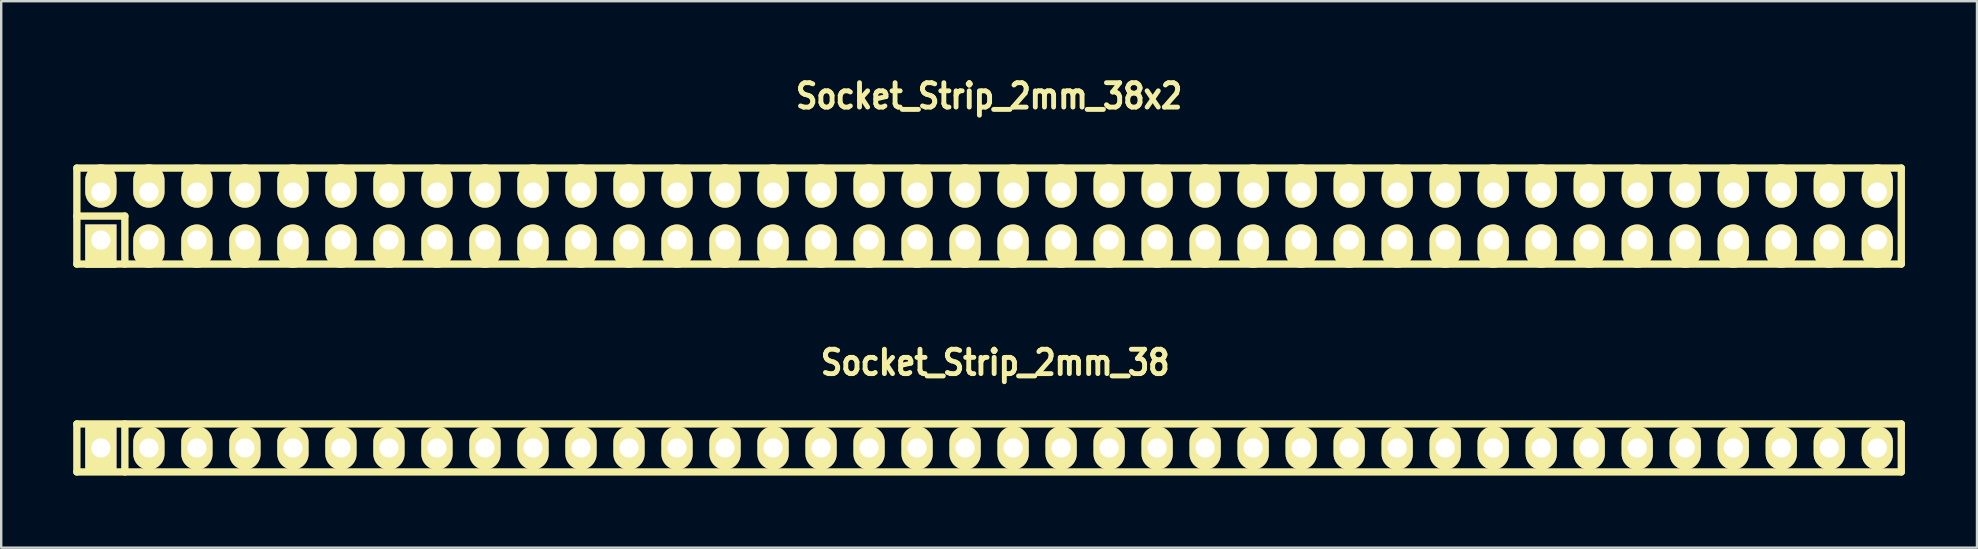
<source format=kicad_pcb>
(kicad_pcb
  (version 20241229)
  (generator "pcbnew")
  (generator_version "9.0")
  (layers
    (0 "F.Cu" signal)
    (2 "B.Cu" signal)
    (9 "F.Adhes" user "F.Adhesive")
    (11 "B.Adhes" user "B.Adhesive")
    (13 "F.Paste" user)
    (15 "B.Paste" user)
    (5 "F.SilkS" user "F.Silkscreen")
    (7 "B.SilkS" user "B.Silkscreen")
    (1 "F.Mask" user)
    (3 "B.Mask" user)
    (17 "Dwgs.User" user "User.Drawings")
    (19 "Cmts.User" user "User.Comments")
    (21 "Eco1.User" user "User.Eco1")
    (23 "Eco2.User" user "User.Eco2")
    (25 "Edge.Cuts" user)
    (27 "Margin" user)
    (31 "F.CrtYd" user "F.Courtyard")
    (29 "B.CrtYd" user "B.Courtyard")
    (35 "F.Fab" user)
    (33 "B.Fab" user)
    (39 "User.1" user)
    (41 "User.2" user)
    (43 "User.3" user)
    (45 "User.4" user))
  (footprint "Socket_Strip_2mm_38x2"
    (layer "F.Cu")
    (at 38.152 5.951)
    (property "Reference" "Socket_Strip_2mm_38x2" (at 0 -5 0) (layer "F.SilkS") (effects (font (size 1.016 0.889) (thickness 0.203))))
    (attr through_hole)
    (fp_line (start -38 -2) (end 38 -2) (stroke (width 0.305) (type solid)) (layer "F.SilkS"))
    (fp_line (start -38 0) (end -36 0) (stroke (width 0.305) (type solid)) (layer "F.SilkS"))
    (fp_line (start -38 2) (end -38 -2) (stroke (width 0.305) (type solid)) (layer "F.SilkS"))
    (fp_line (start -36 0) (end -36 2) (stroke (width 0.305) (type solid)) (layer "F.SilkS"))
    (fp_line (start 38 -2) (end 38 2) (stroke (width 0.305) (type solid)) (layer "F.SilkS"))
    (fp_line (start 38 2) (end -38 2) (stroke (width 0.305) (type solid)) (layer "F.SilkS"))
    (pad "1" thru_hole rect (at -37 1) (size 1.3 1.8) (drill 0.8 (offset 0 0.25)) (layers "*.Cu" "*.Mask" "F.SilkS"))
    (pad "2" thru_hole oval (at -37 -1) (size 1.3 1.8) (drill 0.8 (offset 0 -0.25)) (layers "*.Cu" "*.Mask" "F.SilkS"))
    (pad "3" thru_hole oval (at -35 1) (size 1.3 1.8) (drill 0.8 (offset 0 0.25)) (layers "*.Cu" "*.Mask" "F.SilkS"))
    (pad "4" thru_hole oval (at -35 -1) (size 1.3 1.8) (drill 0.8 (offset 0 -0.25)) (layers "*.Cu" "*.Mask" "F.SilkS"))
    (pad "5" thru_hole oval (at -33 1) (size 1.3 1.8) (drill 0.8 (offset 0 0.25)) (layers "*.Cu" "*.Mask" "F.SilkS"))
    (pad "6" thru_hole oval (at -33 -1) (size 1.3 1.8) (drill 0.8 (offset 0 -0.25)) (layers "*.Cu" "*.Mask" "F.SilkS"))
    (pad "7" thru_hole oval (at -31 1) (size 1.3 1.8) (drill 0.8 (offset 0 0.25)) (layers "*.Cu" "*.Mask" "F.SilkS"))
    (pad "8" thru_hole oval (at -31 -1) (size 1.3 1.8) (drill 0.8 (offset 0 -0.25)) (layers "*.Cu" "*.Mask" "F.SilkS"))
    (pad "9" thru_hole oval (at -29 1) (size 1.3 1.8) (drill 0.8 (offset 0 0.25)) (layers "*.Cu" "*.Mask" "F.SilkS"))
    (pad "10" thru_hole oval (at -29 -1) (size 1.3 1.8) (drill 0.8 (offset 0 -0.25)) (layers "*.Cu" "*.Mask" "F.SilkS"))
    (pad "11" thru_hole oval (at -27 1) (size 1.3 1.8) (drill 0.8 (offset 0 0.25)) (layers "*.Cu" "*.Mask" "F.SilkS"))
    (pad "12" thru_hole oval (at -27 -1) (size 1.3 1.8) (drill 0.8 (offset 0 -0.25)) (layers "*.Cu" "*.Mask" "F.SilkS"))
    (pad "13" thru_hole oval (at -25 1) (size 1.3 1.8) (drill 0.8 (offset 0 0.25)) (layers "*.Cu" "*.Mask" "F.SilkS"))
    (pad "14" thru_hole oval (at -25 -1) (size 1.3 1.8) (drill 0.8 (offset 0 -0.25)) (layers "*.Cu" "*.Mask" "F.SilkS"))
    (pad "15" thru_hole oval (at -23 1) (size 1.3 1.8) (drill 0.8 (offset 0 0.25)) (layers "*.Cu" "*.Mask" "F.SilkS"))
    (pad "16" thru_hole oval (at -23 -1) (size 1.3 1.8) (drill 0.8 (offset 0 -0.25)) (layers "*.Cu" "*.Mask" "F.SilkS"))
    (pad "17" thru_hole oval (at -21 1) (size 1.3 1.8) (drill 0.8 (offset 0 0.25)) (layers "*.Cu" "*.Mask" "F.SilkS"))
    (pad "18" thru_hole oval (at -21 -1) (size 1.3 1.8) (drill 0.8 (offset 0 -0.25)) (layers "*.Cu" "*.Mask" "F.SilkS"))
    (pad "19" thru_hole oval (at -19 1) (size 1.3 1.8) (drill 0.8 (offset 0 0.25)) (layers "*.Cu" "*.Mask" "F.SilkS"))
    (pad "20" thru_hole oval (at -19 -1) (size 1.3 1.8) (drill 0.8 (offset 0 -0.25)) (layers "*.Cu" "*.Mask" "F.SilkS"))
    (pad "21" thru_hole oval (at -17 1) (size 1.3 1.8) (drill 0.8 (offset 0 0.25)) (layers "*.Cu" "*.Mask" "F.SilkS"))
    (pad "22" thru_hole oval (at -17 -1) (size 1.3 1.8) (drill 0.8 (offset 0 -0.25)) (layers "*.Cu" "*.Mask" "F.SilkS"))
    (pad "23" thru_hole oval (at -15 1) (size 1.3 1.8) (drill 0.8 (offset 0 0.25)) (layers "*.Cu" "*.Mask" "F.SilkS"))
    (pad "24" thru_hole oval (at -15 -1) (size 1.3 1.8) (drill 0.8 (offset 0 -0.25)) (layers "*.Cu" "*.Mask" "F.SilkS"))
    (pad "25" thru_hole oval (at -13 1) (size 1.3 1.8) (drill 0.8 (offset 0 0.25)) (layers "*.Cu" "*.Mask" "F.SilkS"))
    (pad "26" thru_hole oval (at -13 -1) (size 1.3 1.8) (drill 0.8 (offset 0 -0.25)) (layers "*.Cu" "*.Mask" "F.SilkS"))
    (pad "27" thru_hole oval (at -11 1) (size 1.3 1.8) (drill 0.8 (offset 0 0.25)) (layers "*.Cu" "*.Mask" "F.SilkS"))
    (pad "28" thru_hole oval (at -11 -1) (size 1.3 1.8) (drill 0.8 (offset 0 -0.25)) (layers "*.Cu" "*.Mask" "F.SilkS"))
    (pad "29" thru_hole oval (at -9 1) (size 1.3 1.8) (drill 0.8 (offset 0 0.25)) (layers "*.Cu" "*.Mask" "F.SilkS"))
    (pad "30" thru_hole oval (at -9 -1) (size 1.3 1.8) (drill 0.8 (offset 0 -0.25)) (layers "*.Cu" "*.Mask" "F.SilkS"))
    (pad "31" thru_hole oval (at -7 1) (size 1.3 1.8) (drill 0.8 (offset 0 0.25)) (layers "*.Cu" "*.Mask" "F.SilkS"))
    (pad "32" thru_hole oval (at -7 -1) (size 1.3 1.8) (drill 0.8 (offset 0 -0.25)) (layers "*.Cu" "*.Mask" "F.SilkS"))
    (pad "33" thru_hole oval (at -5 1) (size 1.3 1.8) (drill 0.8 (offset 0 0.25)) (layers "*.Cu" "*.Mask" "F.SilkS"))
    (pad "34" thru_hole oval (at -5 -1) (size 1.3 1.8) (drill 0.8 (offset 0 -0.25)) (layers "*.Cu" "*.Mask" "F.SilkS"))
    (pad "35" thru_hole oval (at -3 1) (size 1.3 1.8) (drill 0.8 (offset 0 0.25)) (layers "*.Cu" "*.Mask" "F.SilkS"))
    (pad "36" thru_hole oval (at -3 -1) (size 1.3 1.8) (drill 0.8 (offset 0 -0.25)) (layers "*.Cu" "*.Mask" "F.SilkS"))
    (pad "37" thru_hole oval (at -1 1) (size 1.3 1.8) (drill 0.8 (offset 0 0.25)) (layers "*.Cu" "*.Mask" "F.SilkS"))
    (pad "38" thru_hole oval (at -1 -1) (size 1.3 1.8) (drill 0.8 (offset 0 -0.25)) (layers "*.Cu" "*.Mask" "F.SilkS"))
    (pad "39" thru_hole oval (at 1 1) (size 1.3 1.8) (drill 0.8 (offset 0 0.25)) (layers "*.Cu" "*.Mask" "F.SilkS"))
    (pad "40" thru_hole oval (at 1 -1) (size 1.3 1.8) (drill 0.8 (offset 0 -0.25)) (layers "*.Cu" "*.Mask" "F.SilkS"))
    (pad "41" thru_hole oval (at 3 1) (size 1.3 1.8) (drill 0.8 (offset 0 0.25)) (layers "*.Cu" "*.Mask" "F.SilkS"))
    (pad "42" thru_hole oval (at 3 -1) (size 1.3 1.8) (drill 0.8 (offset 0 -0.25)) (layers "*.Cu" "*.Mask" "F.SilkS"))
    (pad "43" thru_hole oval (at 5 1) (size 1.3 1.8) (drill 0.8 (offset 0 0.25)) (layers "*.Cu" "*.Mask" "F.SilkS"))
    (pad "44" thru_hole oval (at 5 -1) (size 1.3 1.8) (drill 0.8 (offset 0 -0.25)) (layers "*.Cu" "*.Mask" "F.SilkS"))
    (pad "45" thru_hole oval (at 7 1) (size 1.3 1.8) (drill 0.8 (offset 0 0.25)) (layers "*.Cu" "*.Mask" "F.SilkS"))
    (pad "46" thru_hole oval (at 7 -1) (size 1.3 1.8) (drill 0.8 (offset 0 -0.25)) (layers "*.Cu" "*.Mask" "F.SilkS"))
    (pad "47" thru_hole oval (at 9 1) (size 1.3 1.8) (drill 0.8 (offset 0 0.25)) (layers "*.Cu" "*.Mask" "F.SilkS"))
    (pad "48" thru_hole oval (at 9 -1) (size 1.3 1.8) (drill 0.8 (offset 0 -0.25)) (layers "*.Cu" "*.Mask" "F.SilkS"))
    (pad "49" thru_hole oval (at 11 1) (size 1.3 1.8) (drill 0.8 (offset 0 0.25)) (layers "*.Cu" "*.Mask" "F.SilkS"))
    (pad "50" thru_hole oval (at 11 -1) (size 1.3 1.8) (drill 0.8 (offset 0 -0.25)) (layers "*.Cu" "*.Mask" "F.SilkS"))
    (pad "51" thru_hole oval (at 13 1) (size 1.3 1.8) (drill 0.8 (offset 0 0.25)) (layers "*.Cu" "*.Mask" "F.SilkS"))
    (pad "52" thru_hole oval (at 13 -1) (size 1.3 1.8) (drill 0.8 (offset 0 -0.25)) (layers "*.Cu" "*.Mask" "F.SilkS"))
    (pad "53" thru_hole oval (at 15 1) (size 1.3 1.8) (drill 0.8 (offset 0 0.25)) (layers "*.Cu" "*.Mask" "F.SilkS"))
    (pad "54" thru_hole oval (at 15 -1) (size 1.3 1.8) (drill 0.8 (offset 0 -0.25)) (layers "*.Cu" "*.Mask" "F.SilkS"))
    (pad "55" thru_hole oval (at 17 1) (size 1.3 1.8) (drill 0.8 (offset 0 0.25)) (layers "*.Cu" "*.Mask" "F.SilkS"))
    (pad "56" thru_hole oval (at 17 -1) (size 1.3 1.8) (drill 0.8 (offset 0 -0.25)) (layers "*.Cu" "*.Mask" "F.SilkS"))
    (pad "57" thru_hole oval (at 19 1) (size 1.3 1.8) (drill 0.8 (offset 0 0.25)) (layers "*.Cu" "*.Mask" "F.SilkS"))
    (pad "58" thru_hole oval (at 19 -1) (size 1.3 1.8) (drill 0.8 (offset 0 -0.25)) (layers "*.Cu" "*.Mask" "F.SilkS"))
    (pad "59" thru_hole oval (at 21 1) (size 1.3 1.8) (drill 0.8 (offset 0 0.25)) (layers "*.Cu" "*.Mask" "F.SilkS"))
    (pad "60" thru_hole oval (at 21 -1) (size 1.3 1.8) (drill 0.8 (offset 0 -0.25)) (layers "*.Cu" "*.Mask" "F.SilkS"))
    (pad "61" thru_hole oval (at 23 1) (size 1.3 1.8) (drill 0.8 (offset 0 0.25)) (layers "*.Cu" "*.Mask" "F.SilkS"))
    (pad "62" thru_hole oval (at 23 -1) (size 1.3 1.8) (drill 0.8 (offset 0 -0.25)) (layers "*.Cu" "*.Mask" "F.SilkS"))
    (pad "63" thru_hole oval (at 25 1) (size 1.3 1.8) (drill 0.8 (offset 0 0.25)) (layers "*.Cu" "*.Mask" "F.SilkS"))
    (pad "64" thru_hole oval (at 25 -1) (size 1.3 1.8) (drill 0.8 (offset 0 -0.25)) (layers "*.Cu" "*.Mask" "F.SilkS"))
    (pad "65" thru_hole oval (at 27 1) (size 1.3 1.8) (drill 0.8 (offset 0 0.25)) (layers "*.Cu" "*.Mask" "F.SilkS"))
    (pad "66" thru_hole oval (at 27 -1) (size 1.3 1.8) (drill 0.8 (offset 0 -0.25)) (layers "*.Cu" "*.Mask" "F.SilkS"))
    (pad "67" thru_hole oval (at 29 1) (size 1.3 1.8) (drill 0.8 (offset 0 0.25)) (layers "*.Cu" "*.Mask" "F.SilkS"))
    (pad "68" thru_hole oval (at 29 -1) (size 1.3 1.8) (drill 0.8 (offset 0 -0.25)) (layers "*.Cu" "*.Mask" "F.SilkS"))
    (pad "69" thru_hole oval (at 31 1) (size 1.3 1.8) (drill 0.8 (offset 0 0.25)) (layers "*.Cu" "*.Mask" "F.SilkS"))
    (pad "70" thru_hole oval (at 31 -1) (size 1.3 1.8) (drill 0.8 (offset 0 -0.25)) (layers "*.Cu" "*.Mask" "F.SilkS"))
    (pad "71" thru_hole oval (at 33 1) (size 1.3 1.8) (drill 0.8 (offset 0 0.25)) (layers "*.Cu" "*.Mask" "F.SilkS"))
    (pad "72" thru_hole oval (at 33 -1) (size 1.3 1.8) (drill 0.8 (offset 0 -0.25)) (layers "*.Cu" "*.Mask" "F.SilkS"))
    (pad "73" thru_hole oval (at 35 1) (size 1.3 1.8) (drill 0.8 (offset 0 0.25)) (layers "*.Cu" "*.Mask" "F.SilkS"))
    (pad "74" thru_hole oval (at 35 -1) (size 1.3 1.8) (drill 0.8 (offset 0 -0.25)) (layers "*.Cu" "*.Mask" "F.SilkS"))
    (pad "75" thru_hole oval (at 37 1) (size 1.3 1.8) (drill 0.8 (offset 0 0.25)) (layers "*.Cu" "*.Mask" "F.SilkS"))
    (pad "76" thru_hole oval (at 37 -1) (size 1.3 1.8) (drill 0.8 (offset 0 -0.25)) (layers "*.Cu" "*.Mask" "F.SilkS")))
  (footprint "Socket_Strip_2mm_38"
    (layer "F.Cu")
    (at 38.152 15.61)
    (property "Reference" "Socket_Strip_2mm_38" (at 0.254 -3.556 0) (layer "F.SilkS") (effects (font (size 1.016 0.889) (thickness 0.203))))
    (attr through_hole)
    (fp_line (start -38 -1) (end 38 -1) (stroke (width 0.305) (type solid)) (layer "F.SilkS"))
    (fp_line (start -38 1) (end -38 -1) (stroke (width 0.305) (type solid)) (layer "F.SilkS"))
    (fp_line (start -36 -1) (end -36 1) (stroke (width 0.305) (type solid)) (layer "F.SilkS"))
    (fp_line (start 38 -1) (end 38 1) (stroke (width 0.305) (type solid)) (layer "F.SilkS"))
    (fp_line (start 38 1) (end -38 1) (stroke (width 0.305) (type solid)) (layer "F.SilkS"))
    (pad "1" thru_hole rect (at -37 0) (size 1.3 1.8) (drill 0.8) (layers "*.Cu" "*.Mask" "F.SilkS"))
    (pad "2" thru_hole oval (at -35 0) (size 1.3 1.8) (drill 0.8) (layers "*.Cu" "*.Mask" "F.SilkS"))
    (pad "3" thru_hole oval (at -33 0) (size 1.3 1.8) (drill 0.8) (layers "*.Cu" "*.Mask" "F.SilkS"))
    (pad "4" thru_hole oval (at -31 0) (size 1.3 1.8) (drill 0.8) (layers "*.Cu" "*.Mask" "F.SilkS"))
    (pad "5" thru_hole oval (at -29 0) (size 1.3 1.8) (drill 0.8) (layers "*.Cu" "*.Mask" "F.SilkS"))
    (pad "6" thru_hole oval (at -27 0) (size 1.3 1.8) (drill 0.8) (layers "*.Cu" "*.Mask" "F.SilkS"))
    (pad "7" thru_hole oval (at -25 0) (size 1.3 1.8) (drill 0.8) (layers "*.Cu" "*.Mask" "F.SilkS"))
    (pad "8" thru_hole oval (at -23 0) (size 1.3 1.8) (drill 0.8) (layers "*.Cu" "*.Mask" "F.SilkS"))
    (pad "9" thru_hole oval (at -21 0) (size 1.3 1.8) (drill 0.8) (layers "*.Cu" "*.Mask" "F.SilkS"))
    (pad "10" thru_hole oval (at -19 0) (size 1.3 1.8) (drill 0.8) (layers "*.Cu" "*.Mask" "F.SilkS"))
    (pad "11" thru_hole oval (at -17 0) (size 1.3 1.8) (drill 0.8) (layers "*.Cu" "*.Mask" "F.SilkS"))
    (pad "12" thru_hole oval (at -15 0) (size 1.3 1.8) (drill 0.8) (layers "*.Cu" "*.Mask" "F.SilkS"))
    (pad "13" thru_hole oval (at -13 0) (size 1.3 1.8) (drill 0.8) (layers "*.Cu" "*.Mask" "F.SilkS"))
    (pad "14" thru_hole oval (at -11 0) (size 1.3 1.8) (drill 0.8) (layers "*.Cu" "*.Mask" "F.SilkS"))
    (pad "15" thru_hole oval (at -9 0) (size 1.3 1.8) (drill 0.8) (layers "*.Cu" "*.Mask" "F.SilkS"))
    (pad "16" thru_hole oval (at -7 0) (size 1.3 1.8) (drill 0.8) (layers "*.Cu" "*.Mask" "F.SilkS"))
    (pad "17" thru_hole oval (at -5 0) (size 1.3 1.8) (drill 0.8) (layers "*.Cu" "*.Mask" "F.SilkS"))
    (pad "18" thru_hole oval (at -3 0) (size 1.3 1.8) (drill 0.8) (layers "*.Cu" "*.Mask" "F.SilkS"))
    (pad "19" thru_hole oval (at -1 0) (size 1.3 1.8) (drill 0.8) (layers "*.Cu" "*.Mask" "F.SilkS"))
    (pad "20" thru_hole oval (at 1 0) (size 1.3 1.8) (drill 0.8) (layers "*.Cu" "*.Mask" "F.SilkS"))
    (pad "21" thru_hole oval (at 3 0) (size 1.3 1.8) (drill 0.8) (layers "*.Cu" "*.Mask" "F.SilkS"))
    (pad "22" thru_hole oval (at 5 0) (size 1.3 1.8) (drill 0.8) (layers "*.Cu" "*.Mask" "F.SilkS"))
    (pad "23" thru_hole oval (at 7 0) (size 1.3 1.8) (drill 0.8) (layers "*.Cu" "*.Mask" "F.SilkS"))
    (pad "24" thru_hole oval (at 9 0) (size 1.3 1.8) (drill 0.8) (layers "*.Cu" "*.Mask" "F.SilkS"))
    (pad "25" thru_hole oval (at 11 0) (size 1.3 1.8) (drill 0.8) (layers "*.Cu" "*.Mask" "F.SilkS"))
    (pad "26" thru_hole oval (at 13 0) (size 1.3 1.8) (drill 0.8) (layers "*.Cu" "*.Mask" "F.SilkS"))
    (pad "27" thru_hole oval (at 15 0) (size 1.3 1.8) (drill 0.8) (layers "*.Cu" "*.Mask" "F.SilkS"))
    (pad "28" thru_hole oval (at 17 0) (size 1.3 1.8) (drill 0.8) (layers "*.Cu" "*.Mask" "F.SilkS"))
    (pad "29" thru_hole oval (at 19 0) (size 1.3 1.8) (drill 0.8) (layers "*.Cu" "*.Mask" "F.SilkS"))
    (pad "30" thru_hole oval (at 21 0) (size 1.3 1.8) (drill 0.8) (layers "*.Cu" "*.Mask" "F.SilkS"))
    (pad "31" thru_hole oval (at 23 0) (size 1.3 1.8) (drill 0.8) (layers "*.Cu" "*.Mask" "F.SilkS"))
    (pad "32" thru_hole oval (at 25 0) (size 1.3 1.8) (drill 0.8) (layers "*.Cu" "*.Mask" "F.SilkS"))
    (pad "33" thru_hole oval (at 27 0) (size 1.3 1.8) (drill 0.8) (layers "*.Cu" "*.Mask" "F.SilkS"))
    (pad "34" thru_hole oval (at 29 0) (size 1.3 1.8) (drill 0.8) (layers "*.Cu" "*.Mask" "F.SilkS"))
    (pad "35" thru_hole oval (at 31 0) (size 1.3 1.8) (drill 0.8) (layers "*.Cu" "*.Mask" "F.SilkS"))
    (pad "36" thru_hole oval (at 33 0) (size 1.3 1.8) (drill 0.8) (layers "*.Cu" "*.Mask" "F.SilkS"))
    (pad "37" thru_hole oval (at 35 0) (size 1.3 1.8) (drill 0.8) (layers "*.Cu" "*.Mask" "F.SilkS"))
    (pad "38" thru_hole oval (at 37 0) (size 1.3 1.8) (drill 0.8) (layers "*.Cu" "*.Mask" "F.SilkS")))
  (gr_rect
    (start -3 -3)
    (end 79.305 19.763)
    (stroke (width 0.1) (type default))
    (fill no)
    (layer "Edge.Cuts")))
</source>
